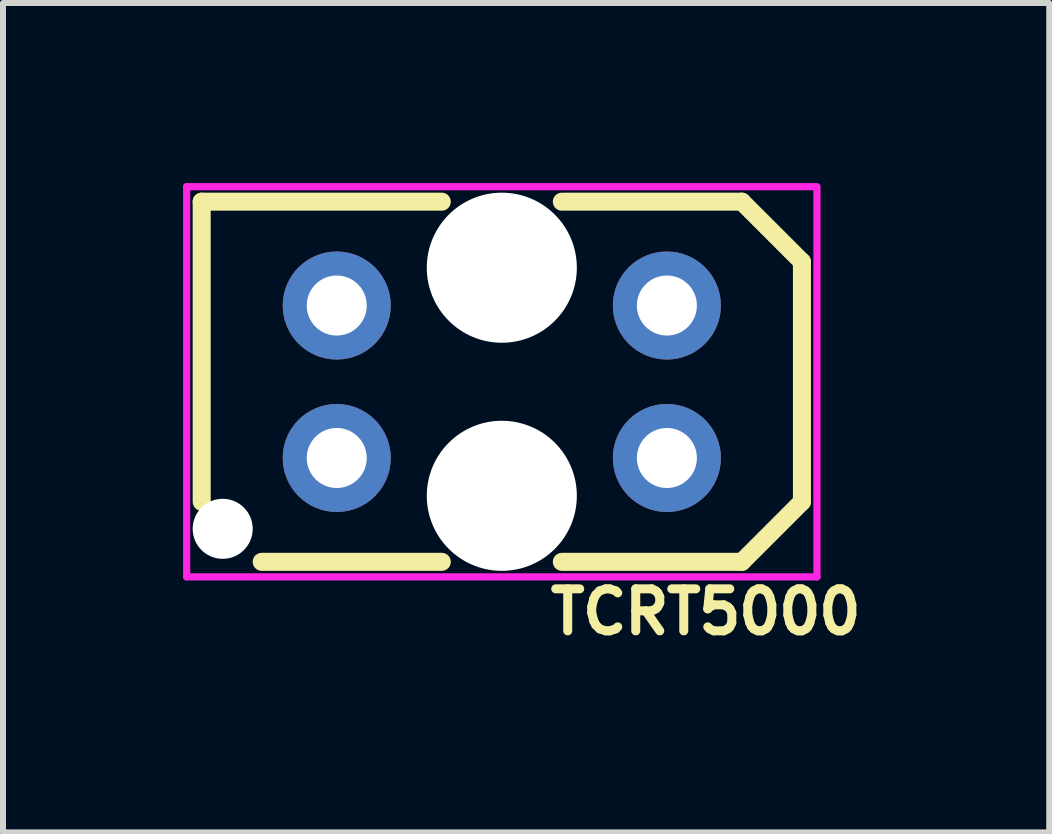
<source format=kicad_pcb>
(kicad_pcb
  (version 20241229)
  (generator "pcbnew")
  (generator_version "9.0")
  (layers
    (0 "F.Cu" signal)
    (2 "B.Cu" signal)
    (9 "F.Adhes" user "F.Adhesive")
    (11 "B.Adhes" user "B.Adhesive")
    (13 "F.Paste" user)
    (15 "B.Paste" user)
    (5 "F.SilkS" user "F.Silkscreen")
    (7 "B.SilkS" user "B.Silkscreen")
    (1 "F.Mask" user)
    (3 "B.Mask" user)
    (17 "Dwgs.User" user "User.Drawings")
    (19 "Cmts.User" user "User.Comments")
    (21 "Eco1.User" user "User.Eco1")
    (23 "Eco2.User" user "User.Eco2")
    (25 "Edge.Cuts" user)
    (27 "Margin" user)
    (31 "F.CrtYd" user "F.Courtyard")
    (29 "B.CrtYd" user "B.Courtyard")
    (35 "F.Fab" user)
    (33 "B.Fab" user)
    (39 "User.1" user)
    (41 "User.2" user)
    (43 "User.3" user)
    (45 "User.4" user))
  (footprint "TCRT5000"
    (layer "F.Cu")
    (at 5.31 3.31)
    (property "Reference" "TCRT5000" (at 3.398 3.834 0) (layer "F.SilkS") (effects (font (size 0.7 0.7) (thickness 0.15))))
    (attr through_hole)
    (fp_line (start -5 -3) (end -5 2) (stroke (width 0.3) (type solid)) (layer "F.SilkS"))
    (fp_line (start -4 3) (end -1 3) (stroke (width 0.3) (type solid)) (layer "F.SilkS"))
    (fp_line (start -1 -3) (end -5 -3) (stroke (width 0.3) (type solid)) (layer "F.SilkS"))
    (fp_line (start 1 3) (end 4 3) (stroke (width 0.3) (type solid)) (layer "F.SilkS"))
    (fp_line (start 4 -3) (end 1 -3) (stroke (width 0.3) (type solid)) (layer "F.SilkS"))
    (fp_line (start 4 3) (end 5 2) (stroke (width 0.3) (type solid)) (layer "F.SilkS"))
    (fp_line (start 5 -2) (end 4 -3) (stroke (width 0.3) (type solid)) (layer "F.SilkS"))
    (fp_line (start 5 2) (end 5 -2) (stroke (width 0.3) (type solid)) (layer "F.SilkS"))
    (fp_line (start -5.25 -3.25) (end 5.2 -3.25) (stroke (width 0.12) (type solid)) (layer "F.CrtYd"))
    (fp_line (start -5.25 3.25) (end -5.25 -3.25) (stroke (width 0.12) (type solid)) (layer "F.CrtYd"))
    (fp_line (start 5.25 -3.25) (end 5.25 3.25) (stroke (width 0.12) (type solid)) (layer "F.CrtYd"))
    (fp_line (start 5.25 3.25) (end -5.25 3.25) (stroke (width 0.12) (type solid)) (layer "F.CrtYd"))
    (pad "" np_thru_hole circle (at -4.65 2.45) (size 1 1) (drill 1) (layers "*.Cu" "*.Mask"))
    (pad "" np_thru_hole circle (at 0 -1.9) (size 2.5 2.5) (drill 2.5) (layers "*.Cu" "*.Mask"))
    (pad "" np_thru_hole circle (at 0 1.9) (size 2.5 2.5) (drill 2.5) (layers "*.Cu" "*.Mask"))
    (pad "1" thru_hole circle (at -2.75 -1.27) (size 1.8 1.8) (drill 1) (layers "*.Cu" "*.Mask"))
    (pad "2" thru_hole circle (at -2.75 1.27) (size 1.8 1.8) (drill 1) (layers "*.Cu" "*.Mask"))
    (pad "3" thru_hole circle (at 2.75 1.27) (size 1.8 1.8) (drill 1) (layers "*.Cu" "*.Mask"))
    (pad "4" thru_hole circle (at 2.75 -1.27) (size 1.8 1.8) (drill 1) (layers "*.Cu" "*.Mask")))
  (gr_rect
    (start -3 -3)
    (end 14.43 10.817)
    (stroke (width 0.1) (type default))
    (fill no)
    (layer "Edge.Cuts")))
</source>
